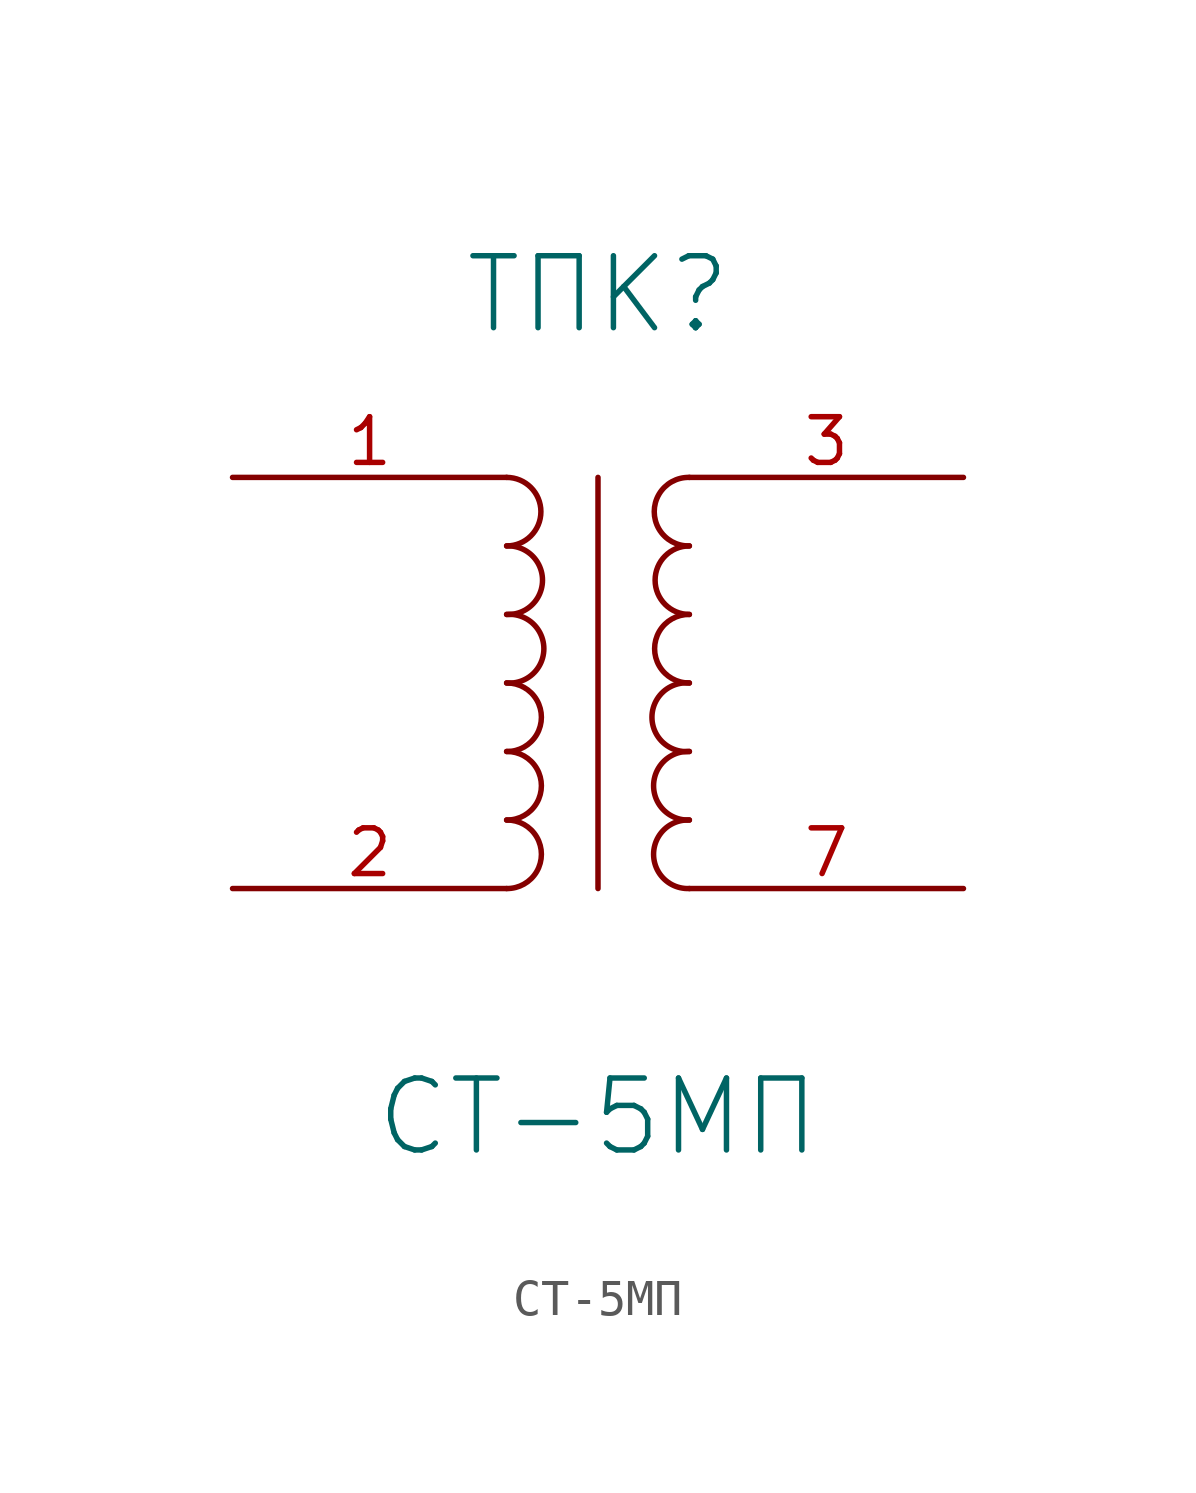
<source format=kicad_sym>
(kicad_symbol_lib
  (version 20231120)
  (generator "kicad_symbol_editor")
  (generator_version "8.0")
  (symbol "СТ-5МП"
    (pin_names
      (offset 1.016) hide)
    (property "Reference" "ТПК"
      (at 0 10.16 0)
      (do_not_autoplace)
      (effects (font (size 2 2))))
    (property "Value" "СТ-5МП"
      (at 0 -12.7 0)
      (do_not_autoplace)
      (effects (font (size 2 2))))
    (symbol "СТ-5МП_0_1"
      (arc (start -2.54 -6.35) (mid -1.5736 -5.3975) (end -2.54 -4.445) (stroke (width 0) (type default)) (fill (type none)))
      (arc (start -2.54 -4.445) (mid -1.5736 -3.4925) (end -2.54 -2.54) (stroke (width 0) (type default)) (fill (type none)))
      (arc (start -2.54 -2.54) (mid -1.5736 -1.5875) (end -2.54 -0.635) (stroke (width 0) (type default)) (fill (type none)))
      (arc (start -2.54 -0.635) (mid -1.5048 0.3175) (end -2.54 1.27) (stroke (width 0) (type default)) (fill (type none)))
      (arc (start -2.54 1.27) (mid -1.5428 2.2225) (end -2.54 3.175) (stroke (width 0) (type default)) (fill (type none)))
      (arc (start -2.54 3.175) (mid -1.5875 4.1275) (end -2.54 5.08) (stroke (width 0) (type default)) (fill (type none)))
      (polyline (pts (xy 0 -6.35) (xy 0 5.08)) (stroke (width 0) (type default)) (fill (type none)))
      (arc (start 2.54 -4.445) (mid 1.5452 -5.3975) (end 2.54 -6.35) (stroke (width 0) (type default)) (fill (type none)))
      (arc (start 2.54 -2.54) (mid 1.5452 -3.4925) (end 2.54 -4.445) (stroke (width 0) (type default)) (fill (type none)))
      (arc (start 2.54 -0.635) (mid 1.4998 -1.5875) (end 2.54 -2.54) (stroke (width 0) (type default)) (fill (type none)))
      (arc (start 2.54 1.27) (mid 1.5736 0.3175) (end 2.54 -0.635) (stroke (width 0) (type default)) (fill (type none)))
      (arc (start 2.54 3.175) (mid 1.5875 2.2225) (end 2.54 1.27) (stroke (width 0) (type default)) (fill (type none)))
      (arc (start 2.54 5.08) (mid 1.5633 4.1275) (end 2.54 3.175) (stroke (width 0) (type default)) (fill (type none))))
    (symbol "СТ-5МП_1_1"
      (pin passive line (at -10.16 5.08 0) (length 7.62) (name "AA" (effects (font (size 1.27 1.27)))) (number "1" (effects (font (size 1.27 1.27)))))
      (pin passive line (at -10.16 -6.35 0) (length 7.62) (name "AB" (effects (font (size 1.27 1.27)))) (number "2" (effects (font (size 1.27 1.27)))))
      (pin passive line (at 10.16 5.08 180) (length 7.62) (name "SB" (effects (font (size 1.27 1.27)))) (number "3" (effects (font (size 1.27 1.27)))))
      (pin passive line (at 10.16 -6.35 180) (length 7.62) (name "SA" (effects (font (size 1.27 1.27)))) (number "7" (effects (font (size 1.27 1.27))))))))
</source>
